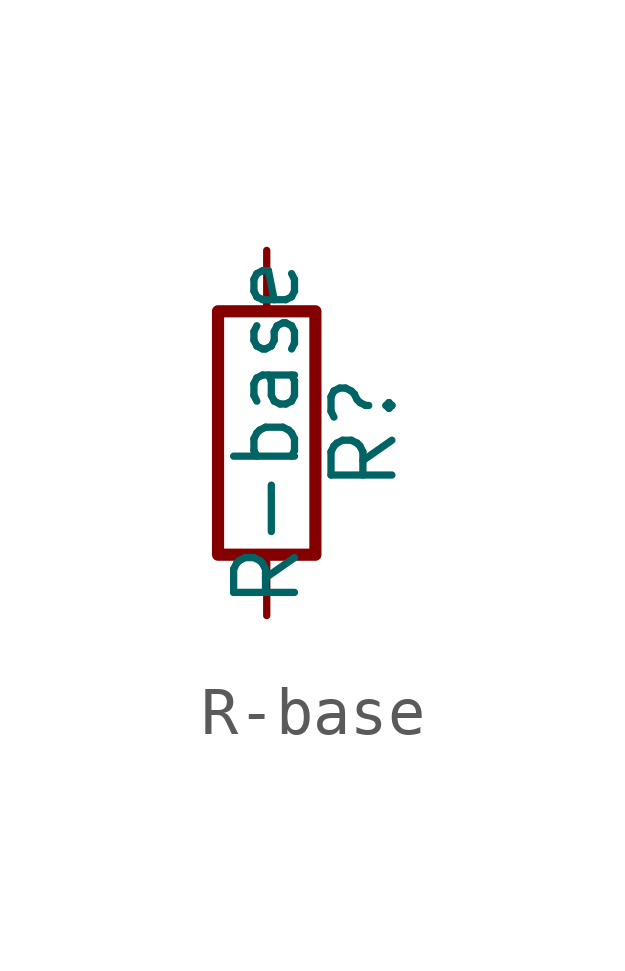
<source format=kicad_sym>
(kicad_symbol_lib
  (version 20231120)
  (generator "kicad_symbol_editor")
  (generator_version "8.0")
  (symbol "R-base"
    (pin_numbers hide)
    (pin_names
      (offset 0))
    (property "Reference" "R"
      (at 2.032 0 90)
      (effects (font (size 1.27 1.27))))
    (property "Value" "R-base"
      (at 0 0 90)
      (effects (font (size 1.27 1.27))))
    (symbol "R-base_0_1"
      (rectangle (start -1.016 2.54) (end 1.016 -2.54) (stroke (width 0.254) (type default)) (fill (type none))))
    (symbol "R-base_1_1"
      (pin passive line (at 0 3.81 270) (length 1.27) (name "~" (effects (font (size 1.27 1.27)))) (number "1" (effects (font (size 1.27 1.27)))))
      (pin passive line (at 0 -3.81 90) (length 1.27) (name "~" (effects (font (size 1.27 1.27)))) (number "2" (effects (font (size 1.27 1.27))))))))
</source>
